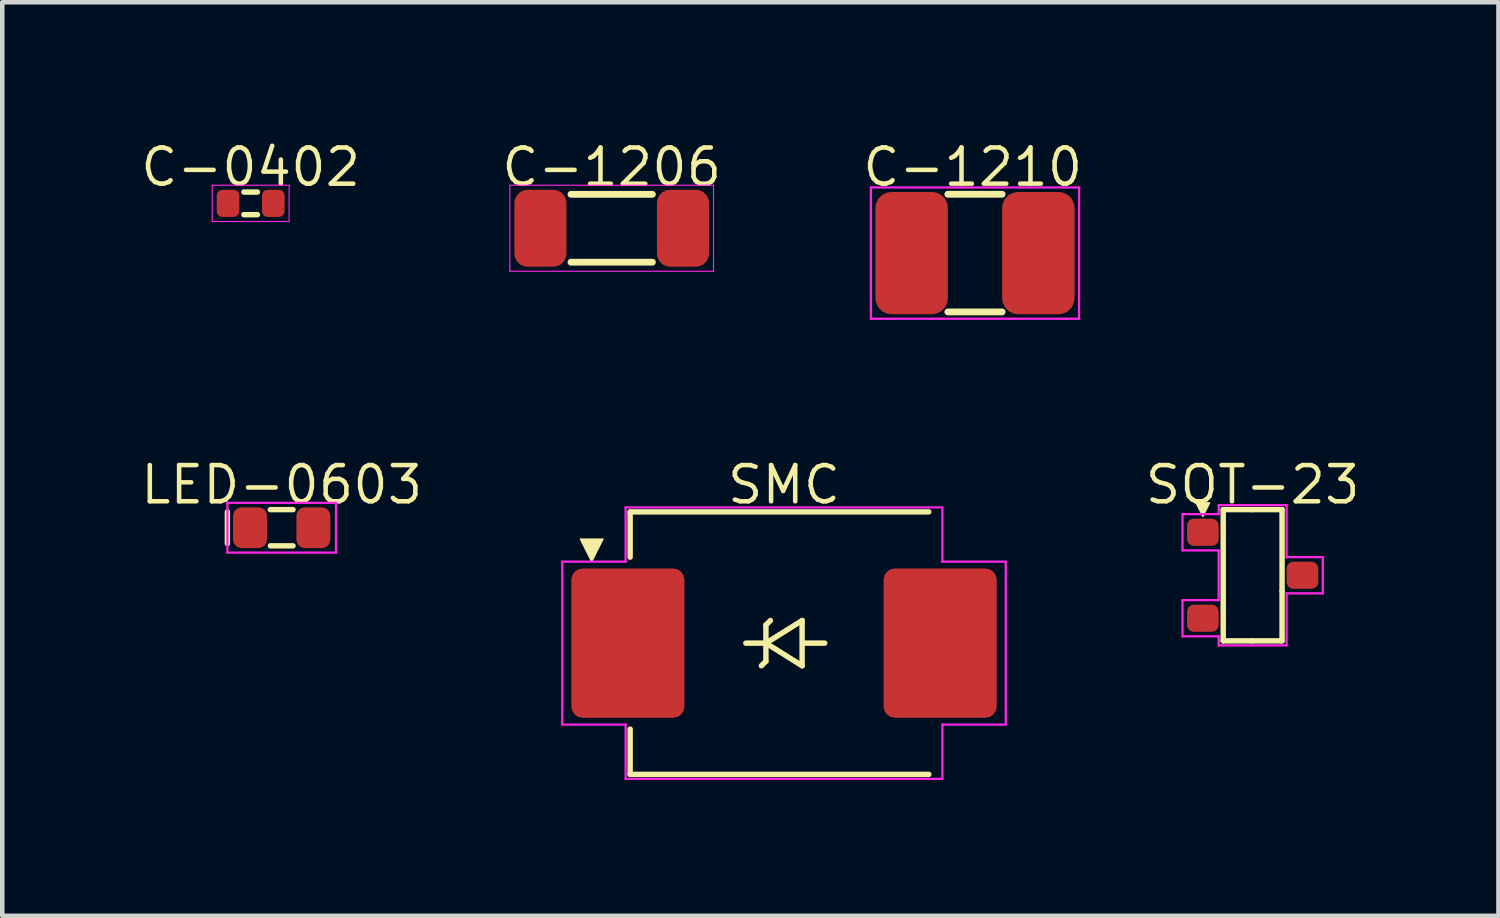
<source format=kicad_pcb>
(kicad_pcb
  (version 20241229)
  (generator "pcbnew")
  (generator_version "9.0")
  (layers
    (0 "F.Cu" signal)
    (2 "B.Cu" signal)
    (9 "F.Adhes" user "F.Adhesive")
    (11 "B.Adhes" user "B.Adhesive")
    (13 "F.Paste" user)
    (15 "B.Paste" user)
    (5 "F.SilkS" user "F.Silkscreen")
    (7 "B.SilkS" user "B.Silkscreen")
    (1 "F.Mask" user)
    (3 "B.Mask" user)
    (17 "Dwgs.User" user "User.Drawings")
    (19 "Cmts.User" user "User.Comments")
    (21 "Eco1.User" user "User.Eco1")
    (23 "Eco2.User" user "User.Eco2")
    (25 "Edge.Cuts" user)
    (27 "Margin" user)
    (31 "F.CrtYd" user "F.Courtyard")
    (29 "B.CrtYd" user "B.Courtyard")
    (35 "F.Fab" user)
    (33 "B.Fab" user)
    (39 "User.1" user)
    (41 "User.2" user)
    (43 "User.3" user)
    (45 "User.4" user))
  (footprint "SMC"
    (layer "F.Cu")
    (at 14.275 11.162)
    (property "Reference" "SMC" (at 0 -3.5 0) (layer "F.SilkS") (effects (font (size 0.8 0.8) (thickness 0.1) (bold yes))))
    (attr smd)
    (fp_line (start -3.4 -2.9) (end -3.4 -1.9) (stroke (width 0.12) (type default)) (layer "F.SilkS"))
    (fp_line (start -3.4 2.9) (end -3.4 1.9) (stroke (width 0.12) (type default)) (layer "F.SilkS"))
    (fp_line (start -0.4 -0.4) (end -0.3 -0.5) (stroke (width 0.12) (type default)) (layer "F.SilkS"))
    (fp_line (start -0.4 0) (end 0.4 -0.5) (stroke (width 0.12) (type solid)) (layer "F.SilkS"))
    (fp_line (start -0.4 0) (end 0.4 0.5) (stroke (width 0.12) (type solid)) (layer "F.SilkS"))
    (fp_line (start -0.4 0.4) (end -0.5 0.5) (stroke (width 0.12) (type default)) (layer "F.SilkS"))
    (fp_line (start -0.4 0.4) (end -0.4 -0.4) (stroke (width 0.12) (type solid)) (layer "F.SilkS"))
    (fp_line (start -0.356 0) (end -0.844 0) (stroke (width 0.12) (type solid)) (layer "F.SilkS"))
    (fp_line (start 0.4 0.5) (end 0.4 -0.5) (stroke (width 0.12) (type solid)) (layer "F.SilkS"))
    (fp_line (start 0.9 0) (end 0.412 0) (stroke (width 0.12) (type solid)) (layer "F.SilkS"))
    (fp_line (start 3.2 -2.9) (end -3.4 -2.9) (stroke (width 0.12) (type default)) (layer "F.SilkS"))
    (fp_line (start 3.2 2.9) (end -3.4 2.9) (stroke (width 0.12) (type default)) (layer "F.SilkS"))
    (fp_poly (pts (xy -4.25 -1.8) (xy -4.5 -2.3) (xy -4 -2.3)) (stroke (width 0.03) (type solid)) (fill yes) (layer "F.SilkS"))
    (fp_line (start -4.9 -1.8) (end -4.9 1.8) (stroke (width 0.05) (type default)) (layer "F.CrtYd"))
    (fp_line (start -4.9 1.8) (end -3.5 1.8) (stroke (width 0.05) (type default)) (layer "F.CrtYd"))
    (fp_line (start -3.5 -3) (end -3.5 -1.8) (stroke (width 0.05) (type default)) (layer "F.CrtYd"))
    (fp_line (start -3.5 -1.8) (end -4.9 -1.8) (stroke (width 0.05) (type default)) (layer "F.CrtYd"))
    (fp_line (start -3.5 1.8) (end -3.5 3) (stroke (width 0.05) (type default)) (layer "F.CrtYd"))
    (fp_line (start -3.5 3) (end 3.5 3) (stroke (width 0.05) (type default)) (layer "F.CrtYd"))
    (fp_line (start 3.5 -3) (end -3.5 -3) (stroke (width 0.05) (type default)) (layer "F.CrtYd"))
    (fp_line (start 3.5 -1.8) (end 3.5 -3) (stroke (width 0.05) (type default)) (layer "F.CrtYd"))
    (fp_line (start 3.5 1.8) (end 4.8 1.8) (stroke (width 0.05) (type default)) (layer "F.CrtYd"))
    (fp_line (start 3.5 3) (end 3.5 1.8) (stroke (width 0.05) (type default)) (layer "F.CrtYd"))
    (fp_line (start 4.8 1.8) (end 4.9 1.8) (stroke (width 0.05) (type default)) (layer "F.CrtYd"))
    (fp_line (start 4.9 -1.8) (end 3.5 -1.8) (stroke (width 0.05) (type default)) (layer "F.CrtYd"))
    (fp_line (start 4.9 1.8) (end 4.9 -1.8) (stroke (width 0.05) (type default)) (layer "F.CrtYd"))
    (pad "1" smd roundrect (at -3.45 0 90) (size 3.3 2.5) (layers "F.Cu" "F.Mask" "F.Paste") (roundrect_rratio 0.1))
    (pad "2" smd roundrect (at 3.45 0 90) (size 3.3 2.5) (layers "F.Cu" "F.Mask" "F.Paste") (roundrect_rratio 0.1)))
  (footprint "SOT-23"
    (layer "F.Cu")
    (at 24.631 9.662)
    (property "Reference" "SOT-23" (at 0 -2 0) (layer "F.SilkS") (effects (font (size 0.8 0.8) (thickness 0.1))))
    (attr smd)
    (fp_line (start -0.65 -1.45) (end -0.65 1.45) (stroke (width 0.12) (type solid)) (layer "F.SilkS"))
    (fp_line (start 0 -1.45) (end -0.65 -1.45) (stroke (width 0.12) (type solid)) (layer "F.SilkS"))
    (fp_line (start 0 -1.45) (end 0.65 -1.45) (stroke (width 0.12) (type solid)) (layer "F.SilkS"))
    (fp_line (start 0 1.45) (end -0.65 1.45) (stroke (width 0.12) (type solid)) (layer "F.SilkS"))
    (fp_line (start 0 1.45) (end 0.65 1.45) (stroke (width 0.12) (type solid)) (layer "F.SilkS"))
    (fp_line (start 0.65 -1.45) (end 0.65 0.35) (stroke (width 0.12) (type solid)) (layer "F.SilkS"))
    (fp_line (start 0.65 1.45) (end 0.65 0.35) (stroke (width 0.12) (type solid)) (layer "F.SilkS"))
    (fp_poly (pts (xy -1.1 -1.3) (xy -1.25 -1.6) (xy -0.95 -1.6)) (stroke (width 0.03) (type solid)) (fill yes) (layer "F.SilkS"))
    (fp_line (start -1.55 -1.35) (end -1.55 -0.55) (stroke (width 0.05) (type solid)) (layer "F.CrtYd"))
    (fp_line (start -1.55 -0.55) (end -0.75 -0.55) (stroke (width 0.05) (type solid)) (layer "F.CrtYd"))
    (fp_line (start -1.55 0.55) (end -1.55 1.35) (stroke (width 0.05) (type solid)) (layer "F.CrtYd"))
    (fp_line (start -0.75 -1.55) (end -0.75 -1.35) (stroke (width 0.05) (type solid)) (layer "F.CrtYd"))
    (fp_line (start -0.75 -1.35) (end -1.55 -1.35) (stroke (width 0.05) (type solid)) (layer "F.CrtYd"))
    (fp_line (start -0.75 -0.55) (end -0.75 0.55) (stroke (width 0.05) (type solid)) (layer "F.CrtYd"))
    (fp_line (start -0.75 0.55) (end -1.55 0.55) (stroke (width 0.05) (type solid)) (layer "F.CrtYd"))
    (fp_line (start -0.75 1.35) (end -1.55 1.35) (stroke (width 0.05) (type solid)) (layer "F.CrtYd"))
    (fp_line (start -0.75 1.55) (end -0.75 1.35) (stroke (width 0.05) (type solid)) (layer "F.CrtYd"))
    (fp_line (start 0.75 -1.55) (end -0.75 -1.55) (stroke (width 0.05) (type solid)) (layer "F.CrtYd"))
    (fp_line (start 0.75 -0.4) (end 0.75 -1.55) (stroke (width 0.05) (type solid)) (layer "F.CrtYd"))
    (fp_line (start 0.75 0.4) (end 0.75 1.55) (stroke (width 0.05) (type solid)) (layer "F.CrtYd"))
    (fp_line (start 0.75 1.55) (end -0.75 1.55) (stroke (width 0.05) (type solid)) (layer "F.CrtYd"))
    (fp_line (start 1.55 -0.4) (end 0.75 -0.4) (stroke (width 0.05) (type solid)) (layer "F.CrtYd"))
    (fp_line (start 1.55 0.4) (end 0.75 0.4) (stroke (width 0.05) (type solid)) (layer "F.CrtYd"))
    (fp_line (start 1.55 0.4) (end 1.55 -0.4) (stroke (width 0.05) (type solid)) (layer "F.CrtYd"))
    (pad "1" smd roundrect (at -1.1 -0.95) (size 0.7 0.6) (layers "F.Cu" "F.Mask" "F.Paste") (roundrect_rratio 0.25))
    (pad "2" smd roundrect (at -1.1 0.95) (size 0.7 0.6) (layers "F.Cu" "F.Mask" "F.Paste") (roundrect_rratio 0.25))
    (pad "3" smd roundrect (at 1.1 0) (size 0.7 0.6) (layers "F.Cu" "F.Mask" "F.Paste") (roundrect_rratio 0.25)))
  (footprint "LED-0603"
    (layer "F.Cu")
    (at 3.175 8.612)
    (property "Reference" "LED-0603" (at 0 -0.95 0) (layer "F.SilkS") (effects (font (size 0.8 0.8) (thickness 0.1))))
    (attr smd)
    (fp_line (start -1.2 -0.35) (end -1.2 0.35) (stroke (width 0.12) (type solid)) (layer "F.SilkS"))
    (fp_line (start -0.25 -0.4) (end 0.25 -0.4) (stroke (width 0.12) (type solid)) (layer "F.SilkS"))
    (fp_line (start -0.25 0.4) (end 0.25 0.4) (stroke (width 0.12) (type solid)) (layer "F.SilkS"))
    (fp_line (start -1.2 -0.55) (end 1.2 -0.55) (stroke (width 0.05) (type solid)) (layer "F.CrtYd"))
    (fp_line (start -1.2 0.55) (end -1.2 -0.55) (stroke (width 0.05) (type solid)) (layer "F.CrtYd"))
    (fp_line (start 1.2 -0.55) (end 1.2 0.55) (stroke (width 0.05) (type solid)) (layer "F.CrtYd"))
    (fp_line (start 1.2 0.55) (end -1.2 0.55) (stroke (width 0.05) (type solid)) (layer "F.CrtYd"))
    (pad "1" smd roundrect (at -0.7 0 180) (size 0.75 0.9) (layers "F.Cu" "F.Mask" "F.Paste") (roundrect_rratio 0.25))
    (pad "2" smd roundrect (at 0.7 0 180) (size 0.75 0.9) (layers "F.Cu" "F.Mask" "F.Paste") (roundrect_rratio 0.25)))
  (footprint "C-1206"
    (layer "F.Cu")
    (at 10.467 1.994)
    (property "Reference" "C-1206" (at 0 -1.35 0) (layer "F.SilkS") (effects (font (size 0.8 0.8) (thickness 0.1))))
    (attr through_hole)
    (fp_line (start -0.9 -0.75) (end 0.9 -0.75) (stroke (width 0.15) (type solid)) (layer "F.SilkS"))
    (fp_line (start -0.9 0.75) (end 0.9 0.75) (stroke (width 0.15) (type solid)) (layer "F.SilkS"))
    (fp_line (start -2.25 -0.95) (end 2.25 -0.95) (stroke (width 0.025) (type solid)) (layer "F.CrtYd"))
    (fp_line (start -2.25 0.95) (end -2.25 -0.95) (stroke (width 0.025) (type solid)) (layer "F.CrtYd"))
    (fp_line (start 2.25 -0.95) (end 2.25 0.95) (stroke (width 0.025) (type solid)) (layer "F.CrtYd"))
    (fp_line (start 2.25 0.95) (end -2.25 0.95) (stroke (width 0.025) (type solid)) (layer "F.CrtYd"))
    (pad "1" smd roundrect (at -1.575 0) (size 1.15 1.7) (layers "F.Cu" "F.Mask" "F.Paste") (roundrect_rratio 0.25))
    (pad "2" smd roundrect (at 1.575 0) (size 1.15 1.7) (layers "F.Cu" "F.Mask" "F.Paste") (roundrect_rratio 0.25)))
  (footprint "C-1210"
    (layer "F.Cu")
    (at 18.495 2.543)
    (property "Reference" "C-1210" (at -0.05 -1.9 180) (layer "F.SilkS") (effects (font (size 0.8 0.8) (thickness 0.1) (bold yes))))
    (attr smd)
    (fp_line (start -0.6 -1.3) (end 0.6 -1.3) (stroke (width 0.15) (type solid)) (layer "F.SilkS"))
    (fp_line (start -0.6 1.3) (end 0.6 1.3) (stroke (width 0.15) (type solid)) (layer "F.SilkS"))
    (fp_line (start -2.3 -1.45) (end 2.3 -1.45) (stroke (width 0.05) (type solid)) (layer "F.CrtYd"))
    (fp_line (start -2.3 1.45) (end -2.3 -1.45) (stroke (width 0.05) (type solid)) (layer "F.CrtYd"))
    (fp_line (start 2.3 -1.45) (end 2.3 1.45) (stroke (width 0.05) (type solid)) (layer "F.CrtYd"))
    (fp_line (start 2.3 1.45) (end -2.3 1.45) (stroke (width 0.05) (type solid)) (layer "F.CrtYd"))
    (pad "1" smd roundrect (at -1.4 0) (size 1.6 2.7) (layers "F.Cu" "F.Mask" "F.Paste") (roundrect_rratio 0.217))
    (pad "2" smd roundrect (at 1.4 0) (size 1.6 2.7) (layers "F.Cu" "F.Mask" "F.Paste") (roundrect_rratio 0.217)))
  (footprint "C-0402"
    (layer "F.Cu")
    (at 2.489 1.444)
    (property "Reference" "C-0402" (at 0 -0.8 0) (layer "F.SilkS") (effects (font (size 0.8 0.8) (thickness 0.1))))
    (attr through_hole)
    (fp_line (start -0.15 -0.25) (end 0.15 -0.25) (stroke (width 0.12) (type solid)) (layer "F.SilkS"))
    (fp_line (start -0.15 0.25) (end 0.15 0.25) (stroke (width 0.12) (type solid)) (layer "F.SilkS"))
    (fp_line (start -0.85 -0.4) (end 0.85 -0.4) (stroke (width 0.025) (type solid)) (layer "F.CrtYd"))
    (fp_line (start -0.85 0.4) (end -0.85 -0.4) (stroke (width 0.025) (type solid)) (layer "F.CrtYd"))
    (fp_line (start 0.85 -0.4) (end 0.85 0.4) (stroke (width 0.025) (type solid)) (layer "F.CrtYd"))
    (fp_line (start 0.85 0.4) (end -0.85 0.4) (stroke (width 0.025) (type solid)) (layer "F.CrtYd"))
    (pad "1" smd roundrect (at -0.5 0) (size 0.5 0.6) (layers "F.Cu" "F.Mask" "F.Paste") (roundrect_rratio 0.25))
    (pad "2" smd roundrect (at 0.5 0) (size 0.5 0.6) (layers "F.Cu" "F.Mask" "F.Paste") (roundrect_rratio 0.25)))
  (gr_rect
    (start -3 -3)
    (end 30.063 17.187)
    (stroke (width 0.1) (type default))
    (fill no)
    (layer "Edge.Cuts")))
</source>
